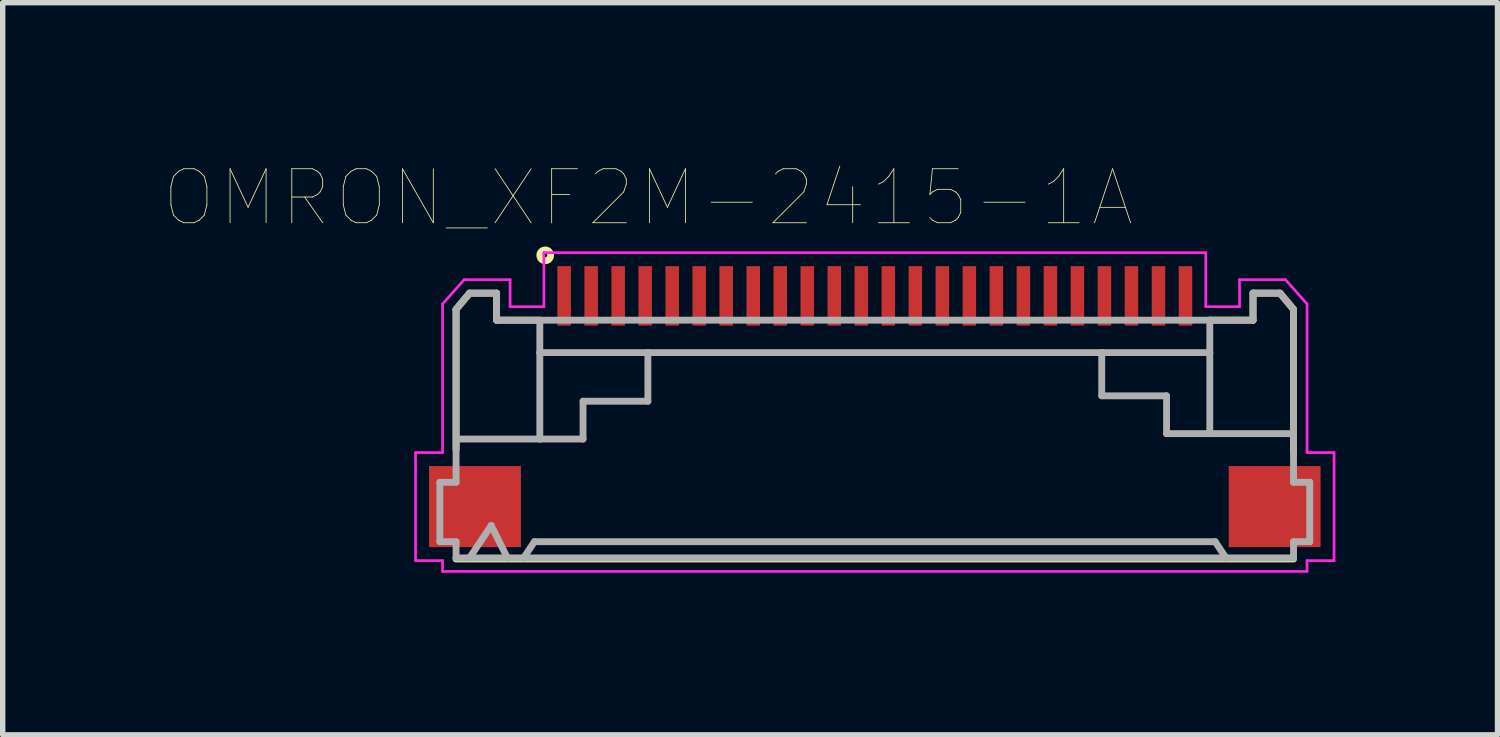
<source format=kicad_pcb>
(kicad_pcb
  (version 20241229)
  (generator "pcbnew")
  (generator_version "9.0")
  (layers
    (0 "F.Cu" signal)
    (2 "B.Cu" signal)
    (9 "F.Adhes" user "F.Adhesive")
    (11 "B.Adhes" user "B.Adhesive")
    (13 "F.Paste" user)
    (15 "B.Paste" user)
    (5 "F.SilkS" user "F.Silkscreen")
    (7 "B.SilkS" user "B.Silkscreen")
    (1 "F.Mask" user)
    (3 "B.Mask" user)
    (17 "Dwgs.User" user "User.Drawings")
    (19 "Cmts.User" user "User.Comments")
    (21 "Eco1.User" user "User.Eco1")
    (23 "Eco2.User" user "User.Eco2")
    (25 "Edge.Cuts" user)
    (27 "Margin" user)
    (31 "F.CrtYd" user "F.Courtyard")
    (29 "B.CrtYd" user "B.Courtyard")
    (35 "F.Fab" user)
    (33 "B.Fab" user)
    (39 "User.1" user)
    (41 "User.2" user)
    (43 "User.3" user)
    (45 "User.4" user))
  (footprint "OMRON_XF2M-2415-1A"
    (layer "F.Cu")
    (at 13.141 4.776)
    (property "Reference" "OMRON_XF2M-2415-1A" (at -4.195 -4.165 0) (layer "F.SilkS") (effects (font (size 1 1) (thickness 0.015))))
    (attr through_hole)
    (fp_line (start -7.75 -2.1) (end -7.75 0.5) (stroke (width 0.127) (type solid)) (layer "F.SilkS"))
    (fp_line (start -7.75 2.52) (end 7.75 2.52) (stroke (width 0.127) (type solid)) (layer "F.SilkS"))
    (fp_line (start -7.5 -2.4) (end -7.75 -2.1) (stroke (width 0.127) (type solid)) (layer "F.SilkS"))
    (fp_line (start -7 -2.4) (end -7.5 -2.4) (stroke (width 0.127) (type solid)) (layer "F.SilkS"))
    (fp_line (start -7 -1.9) (end -7 -2.4) (stroke (width 0.127) (type solid)) (layer "F.SilkS"))
    (fp_line (start -6.2 -1.9) (end -7 -1.9) (stroke (width 0.127) (type solid)) (layer "F.SilkS"))
    (fp_line (start 6.2 -1.9) (end 7 -1.9) (stroke (width 0.127) (type solid)) (layer "F.SilkS"))
    (fp_line (start 7 -2.4) (end 7.5 -2.4) (stroke (width 0.127) (type solid)) (layer "F.SilkS"))
    (fp_line (start 7 -1.9) (end 7 -2.4) (stroke (width 0.127) (type solid)) (layer "F.SilkS"))
    (fp_line (start 7.5 -2.4) (end 7.75 -2.1) (stroke (width 0.127) (type solid)) (layer "F.SilkS"))
    (fp_line (start 7.75 -2.1) (end 7.75 0.55) (stroke (width 0.127) (type solid)) (layer "F.SilkS"))
    (fp_circle (center -6.1 -3.1) (end -6 -3.1) (stroke (width 0.127) (type solid)) (fill no) (layer "F.SilkS"))
    (fp_line (start -8.5 0.55) (end -8 0.55) (stroke (width 0.05) (type solid)) (layer "F.CrtYd"))
    (fp_line (start -8.5 2.55) (end -8.5 0.55) (stroke (width 0.05) (type solid)) (layer "F.CrtYd"))
    (fp_line (start -8 -2.2) (end -7.6 -2.65) (stroke (width 0.05) (type solid)) (layer "F.CrtYd"))
    (fp_line (start -8 0.55) (end -8 -2.2) (stroke (width 0.05) (type solid)) (layer "F.CrtYd"))
    (fp_line (start -8 2.55) (end -8.5 2.55) (stroke (width 0.05) (type solid)) (layer "F.CrtYd"))
    (fp_line (start -8 2.75) (end -8 2.55) (stroke (width 0.05) (type solid)) (layer "F.CrtYd"))
    (fp_line (start -7.6 -2.65) (end -6.75 -2.65) (stroke (width 0.05) (type solid)) (layer "F.CrtYd"))
    (fp_line (start -6.75 -2.65) (end -6.75 -2.15) (stroke (width 0.05) (type solid)) (layer "F.CrtYd"))
    (fp_line (start -6.75 -2.15) (end -6.125 -2.15) (stroke (width 0.05) (type solid)) (layer "F.CrtYd"))
    (fp_line (start -6.125 -3.15) (end 6.125 -3.15) (stroke (width 0.05) (type solid)) (layer "F.CrtYd"))
    (fp_line (start -6.125 -2.15) (end -6.125 -3.15) (stroke (width 0.05) (type solid)) (layer "F.CrtYd"))
    (fp_line (start 6.125 -3.15) (end 6.125 -2.15) (stroke (width 0.05) (type solid)) (layer "F.CrtYd"))
    (fp_line (start 6.125 -2.15) (end 6.75 -2.15) (stroke (width 0.05) (type solid)) (layer "F.CrtYd"))
    (fp_line (start 6.75 -2.65) (end 7.6 -2.65) (stroke (width 0.05) (type solid)) (layer "F.CrtYd"))
    (fp_line (start 6.75 -2.15) (end 6.75 -2.65) (stroke (width 0.05) (type solid)) (layer "F.CrtYd"))
    (fp_line (start 7.6 -2.65) (end 8 -2.2) (stroke (width 0.05) (type solid)) (layer "F.CrtYd"))
    (fp_line (start 8 -2.2) (end 8 0.55) (stroke (width 0.05) (type solid)) (layer "F.CrtYd"))
    (fp_line (start 8 0.55) (end 8.5 0.55) (stroke (width 0.05) (type solid)) (layer "F.CrtYd"))
    (fp_line (start 8 2.55) (end 8 2.75) (stroke (width 0.05) (type solid)) (layer "F.CrtYd"))
    (fp_line (start 8 2.75) (end -8 2.75) (stroke (width 0.05) (type solid)) (layer "F.CrtYd"))
    (fp_line (start 8.5 0.55) (end 8.5 2.55) (stroke (width 0.05) (type solid)) (layer "F.CrtYd"))
    (fp_line (start 8.5 2.55) (end 8 2.55) (stroke (width 0.05) (type solid)) (layer "F.CrtYd"))
    (fp_line (start -8.05 1.1) (end -7.75 1.1) (stroke (width 0.127) (type solid)) (layer "F.Fab"))
    (fp_line (start -8.05 2.2) (end -8.05 1.1) (stroke (width 0.127) (type solid)) (layer "F.Fab"))
    (fp_line (start -7.75 -2.1) (end -7.5 -2.4) (stroke (width 0.127) (type solid)) (layer "F.Fab"))
    (fp_line (start -7.75 1.1) (end -7.75 -2.1) (stroke (width 0.127) (type solid)) (layer "F.Fab"))
    (fp_line (start -7.75 2.2) (end -8.05 2.2) (stroke (width 0.127) (type solid)) (layer "F.Fab"))
    (fp_line (start -7.75 2.5) (end -7.75 2.2) (stroke (width 0.127) (type solid)) (layer "F.Fab"))
    (fp_line (start -7.7 0.3) (end -6.2 0.3) (stroke (width 0.127) (type solid)) (layer "F.Fab"))
    (fp_line (start -7.5 -2.4) (end -7 -2.4) (stroke (width 0.127) (type solid)) (layer "F.Fab"))
    (fp_line (start -7.5 2.5) (end -7.75 2.5) (stroke (width 0.127) (type solid)) (layer "F.Fab"))
    (fp_line (start -7.5 2.5) (end -7.1 1.9) (stroke (width 0.127) (type solid)) (layer "F.Fab"))
    (fp_line (start -7.1 1.9) (end -6.8 2.5) (stroke (width 0.127) (type solid)) (layer "F.Fab"))
    (fp_line (start -7 -2.4) (end -7 -1.9) (stroke (width 0.127) (type solid)) (layer "F.Fab"))
    (fp_line (start -7 -1.9) (end 6.2 -1.9) (stroke (width 0.127) (type solid)) (layer "F.Fab"))
    (fp_line (start -6.8 2.5) (end -7.5 2.5) (stroke (width 0.127) (type solid)) (layer "F.Fab"))
    (fp_line (start -6.5 2.5) (end -6.8 2.5) (stroke (width 0.127) (type solid)) (layer "F.Fab"))
    (fp_line (start -6.5 2.5) (end -6.3 2.2) (stroke (width 0.127) (type solid)) (layer "F.Fab"))
    (fp_line (start -6.3 2.2) (end 6.3 2.2) (stroke (width 0.127) (type solid)) (layer "F.Fab"))
    (fp_line (start -6.2 -1.3) (end -6.2 -1.9) (stroke (width 0.127) (type solid)) (layer "F.Fab"))
    (fp_line (start -6.2 0.3) (end -6.2 -1.3) (stroke (width 0.127) (type solid)) (layer "F.Fab"))
    (fp_line (start -6.2 0.3) (end -5.4 0.3) (stroke (width 0.127) (type solid)) (layer "F.Fab"))
    (fp_line (start -5.4 -0.4) (end -4.2 -0.4) (stroke (width 0.127) (type solid)) (layer "F.Fab"))
    (fp_line (start -5.4 0.3) (end -5.4 -0.4) (stroke (width 0.127) (type solid)) (layer "F.Fab"))
    (fp_line (start -4.2 -1.3) (end -6.2 -1.3) (stroke (width 0.127) (type solid)) (layer "F.Fab"))
    (fp_line (start -4.2 -1.3) (end 4.2 -1.3) (stroke (width 0.127) (type solid)) (layer "F.Fab"))
    (fp_line (start -4.2 -0.4) (end -4.2 -1.3) (stroke (width 0.127) (type solid)) (layer "F.Fab"))
    (fp_line (start 4.2 -1.3) (end 4.2 -0.5) (stroke (width 0.127) (type solid)) (layer "F.Fab"))
    (fp_line (start 4.2 -1.3) (end 6.2 -1.3) (stroke (width 0.127) (type solid)) (layer "F.Fab"))
    (fp_line (start 4.2 -0.5) (end 5.4 -0.5) (stroke (width 0.127) (type solid)) (layer "F.Fab"))
    (fp_line (start 5.4 -0.5) (end 5.4 0.2) (stroke (width 0.127) (type solid)) (layer "F.Fab"))
    (fp_line (start 5.4 0.2) (end 6.2 0.2) (stroke (width 0.127) (type solid)) (layer "F.Fab"))
    (fp_line (start 6.2 -1.9) (end 7 -1.9) (stroke (width 0.127) (type solid)) (layer "F.Fab"))
    (fp_line (start 6.2 -1.3) (end 6.2 -1.9) (stroke (width 0.127) (type solid)) (layer "F.Fab"))
    (fp_line (start 6.2 0.2) (end 6.2 -1.3) (stroke (width 0.127) (type solid)) (layer "F.Fab"))
    (fp_line (start 6.2 0.2) (end 7.75 0.2) (stroke (width 0.127) (type solid)) (layer "F.Fab"))
    (fp_line (start 6.3 2.2) (end 6.5 2.5) (stroke (width 0.127) (type solid)) (layer "F.Fab"))
    (fp_line (start 6.5 2.5) (end -6.5 2.5) (stroke (width 0.127) (type solid)) (layer "F.Fab"))
    (fp_line (start 7 -2.4) (end 7.5 -2.4) (stroke (width 0.127) (type solid)) (layer "F.Fab"))
    (fp_line (start 7 -1.9) (end 7 -2.4) (stroke (width 0.127) (type solid)) (layer "F.Fab"))
    (fp_line (start 7.5 -2.4) (end 7.75 -2.1) (stroke (width 0.127) (type solid)) (layer "F.Fab"))
    (fp_line (start 7.75 -2.1) (end 7.75 0.2) (stroke (width 0.127) (type solid)) (layer "F.Fab"))
    (fp_line (start 7.75 0.2) (end 7.75 1.1) (stroke (width 0.127) (type solid)) (layer "F.Fab"))
    (fp_line (start 7.75 1.1) (end 8.05 1.1) (stroke (width 0.127) (type solid)) (layer "F.Fab"))
    (fp_line (start 7.75 2.2) (end 7.75 2.5) (stroke (width 0.127) (type solid)) (layer "F.Fab"))
    (fp_line (start 7.75 2.5) (end 6.5 2.5) (stroke (width 0.127) (type solid)) (layer "F.Fab"))
    (fp_line (start 8.05 1.1) (end 8.05 2.2) (stroke (width 0.127) (type solid)) (layer "F.Fab"))
    (fp_line (start 8.05 2.2) (end 7.75 2.2) (stroke (width 0.127) (type solid)) (layer "F.Fab"))
    (pad "1" smd rect (at -5.75 -2.35) (size 0.25 1.1) (layers "F.Cu" "F.Mask" "F.Paste"))
    (pad "2" smd rect (at -5.25 -2.35) (size 0.25 1.1) (layers "F.Cu" "F.Mask" "F.Paste"))
    (pad "3" smd rect (at -4.75 -2.35) (size 0.25 1.1) (layers "F.Cu" "F.Mask" "F.Paste"))
    (pad "4" smd rect (at -4.25 -2.35) (size 0.25 1.1) (layers "F.Cu" "F.Mask" "F.Paste"))
    (pad "5" smd rect (at -3.75 -2.35) (size 0.25 1.1) (layers "F.Cu" "F.Mask" "F.Paste"))
    (pad "6" smd rect (at -3.25 -2.35) (size 0.25 1.1) (layers "F.Cu" "F.Mask" "F.Paste"))
    (pad "7" smd rect (at -2.75 -2.35) (size 0.25 1.1) (layers "F.Cu" "F.Mask" "F.Paste"))
    (pad "8" smd rect (at -2.25 -2.35) (size 0.25 1.1) (layers "F.Cu" "F.Mask" "F.Paste"))
    (pad "9" smd rect (at -1.75 -2.35) (size 0.25 1.1) (layers "F.Cu" "F.Mask" "F.Paste"))
    (pad "10" smd rect (at -1.25 -2.35) (size 0.25 1.1) (layers "F.Cu" "F.Mask" "F.Paste"))
    (pad "11" smd rect (at -0.75 -2.35) (size 0.25 1.1) (layers "F.Cu" "F.Mask" "F.Paste"))
    (pad "12" smd rect (at -0.25 -2.35) (size 0.25 1.1) (layers "F.Cu" "F.Mask" "F.Paste"))
    (pad "13" smd rect (at 0.25 -2.35) (size 0.25 1.1) (layers "F.Cu" "F.Mask" "F.Paste"))
    (pad "14" smd rect (at 0.75 -2.35) (size 0.25 1.1) (layers "F.Cu" "F.Mask" "F.Paste"))
    (pad "15" smd rect (at 1.25 -2.35) (size 0.25 1.1) (layers "F.Cu" "F.Mask" "F.Paste"))
    (pad "16" smd rect (at 1.75 -2.35) (size 0.25 1.1) (layers "F.Cu" "F.Mask" "F.Paste"))
    (pad "17" smd rect (at 2.25 -2.35) (size 0.25 1.1) (layers "F.Cu" "F.Mask" "F.Paste"))
    (pad "18" smd rect (at 2.75 -2.35) (size 0.25 1.1) (layers "F.Cu" "F.Mask" "F.Paste"))
    (pad "19" smd rect (at 3.25 -2.35) (size 0.25 1.1) (layers "F.Cu" "F.Mask" "F.Paste"))
    (pad "20" smd rect (at 3.75 -2.35) (size 0.25 1.1) (layers "F.Cu" "F.Mask" "F.Paste"))
    (pad "21" smd rect (at 4.25 -2.35) (size 0.25 1.1) (layers "F.Cu" "F.Mask" "F.Paste"))
    (pad "22" smd rect (at 4.75 -2.35) (size 0.25 1.1) (layers "F.Cu" "F.Mask" "F.Paste"))
    (pad "23" smd rect (at 5.25 -2.35) (size 0.25 1.1) (layers "F.Cu" "F.Mask" "F.Paste"))
    (pad "24" smd rect (at 5.75 -2.35) (size 0.25 1.1) (layers "F.Cu" "F.Mask" "F.Paste"))
    (pad "P1" smd rect (at 7.4 1.55) (size 1.7 1.5) (layers "F.Cu" "F.Mask" "F.Paste"))
    (pad "P2" smd rect (at -7.4 1.55) (size 1.7 1.5) (layers "F.Cu" "F.Mask" "F.Paste")))
  (gr_rect
    (start -3 -3)
    (end 24.666 10.551)
    (stroke (width 0.1) (type default))
    (fill no)
    (layer "Edge.Cuts")))
</source>
